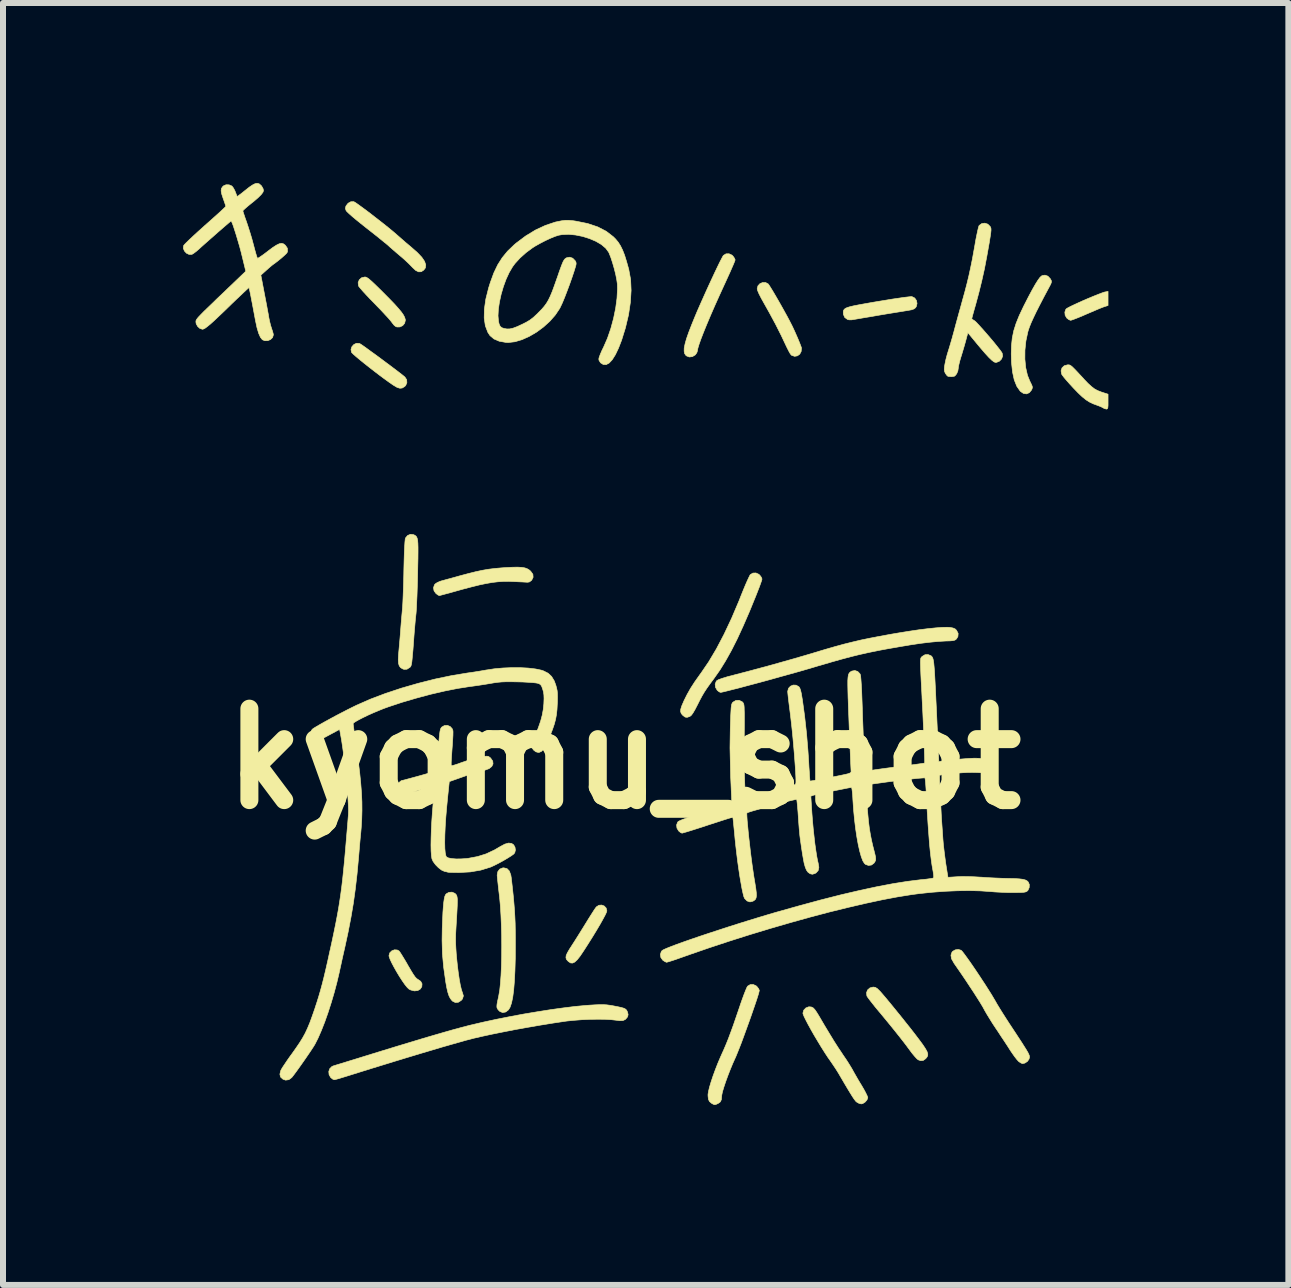
<source format=kicad_pcb>
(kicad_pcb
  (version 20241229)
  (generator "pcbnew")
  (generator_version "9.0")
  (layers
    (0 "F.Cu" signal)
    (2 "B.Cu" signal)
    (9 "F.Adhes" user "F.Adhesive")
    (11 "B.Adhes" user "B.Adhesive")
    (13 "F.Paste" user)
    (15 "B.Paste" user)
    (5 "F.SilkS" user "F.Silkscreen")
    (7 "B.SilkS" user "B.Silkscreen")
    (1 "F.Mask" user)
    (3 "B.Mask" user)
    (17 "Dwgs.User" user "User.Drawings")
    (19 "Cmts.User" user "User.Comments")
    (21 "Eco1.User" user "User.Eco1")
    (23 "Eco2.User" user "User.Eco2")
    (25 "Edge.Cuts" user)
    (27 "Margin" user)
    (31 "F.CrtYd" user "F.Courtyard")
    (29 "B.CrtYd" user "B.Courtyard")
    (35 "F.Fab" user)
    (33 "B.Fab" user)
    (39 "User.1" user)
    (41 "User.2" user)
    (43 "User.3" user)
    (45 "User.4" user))
  (footprint "kyomu_shot"
    (layer "F.Cu")
    (at 7.347 9.594)
    (property "Reference" "kyomu_shot" (at 0 0 0) (layer "F.SilkS") (effects (font (size 1.524 1.524) (thickness 0.3))))
    (attr through_hole)
    (fp_poly (pts (xy 8.068 -7.553) (xy 8.008 -7.534) (xy 7.974 -7.522) (xy 7.919 -7.5) (xy 7.849 -7.47) (xy 7.769 -7.436) (xy 7.71 -7.411) (xy 7.631 -7.376) (xy 7.559 -7.347) (xy 7.5 -7.324) (xy 7.46 -7.31) (xy 7.444 -7.306) (xy 7.415 -7.317) (xy 7.383 -7.342) (xy 7.381 -7.343) (xy 7.353 -7.39) (xy 7.348 -7.442) (xy 7.364 -7.488) (xy 7.375 -7.5) (xy 7.398 -7.514) (xy 7.444 -7.538) (xy 7.507 -7.568) (xy 7.583 -7.603) (xy 7.665 -7.64) (xy 7.75 -7.676) (xy 7.832 -7.71) (xy 7.905 -7.739) (xy 7.965 -7.762) (xy 8.006 -7.776) (xy 8.015 -7.778) (xy 8.068 -7.788) (xy 8.068 -7.553)) (stroke (width 0.01) (type solid)) (fill yes) (layer "F.SilkS"))
    (fp_poly (pts (xy -3.777 3.187) (xy -3.749 3.202) (xy -3.734 3.22) (xy -3.708 3.26) (xy -3.673 3.317) (xy -3.632 3.385) (xy -3.601 3.44) (xy -3.55 3.527) (xy -3.511 3.591) (xy -3.48 3.635) (xy -3.455 3.662) (xy -3.435 3.676) (xy -3.433 3.677) (xy -3.386 3.709) (xy -3.364 3.751) (xy -3.368 3.799) (xy -3.392 3.837) (xy -3.435 3.863) (xy -3.491 3.869) (xy -3.551 3.854) (xy -3.581 3.839) (xy -3.61 3.812) (xy -3.649 3.764) (xy -3.693 3.701) (xy -3.741 3.627) (xy -3.788 3.549) (xy -3.832 3.471) (xy -3.87 3.399) (xy -3.898 3.338) (xy -3.913 3.294) (xy -3.915 3.281) (xy -3.902 3.235) (xy -3.869 3.202) (xy -3.824 3.184) (xy -3.777 3.187)) (stroke (width 0.01) (type solid)) (fill yes) (layer "F.SilkS"))
    (fp_poly (pts (xy -0.328 2.454) (xy -0.296 2.488) (xy -0.284 2.534) (xy -0.292 2.561) (xy -0.315 2.61) (xy -0.351 2.677) (xy -0.398 2.761) (xy -0.455 2.857) (xy -0.52 2.964) (xy -0.591 3.077) (xy -0.666 3.194) (xy -0.67 3.2) (xy -0.729 3.288) (xy -0.778 3.35) (xy -0.819 3.388) (xy -0.855 3.405) (xy -0.888 3.403) (xy -0.922 3.381) (xy -0.936 3.368) (xy -0.958 3.342) (xy -0.966 3.314) (xy -0.962 3.279) (xy -0.942 3.234) (xy -0.906 3.172) (xy -0.869 3.115) (xy -0.831 3.056) (xy -0.783 2.98) (xy -0.728 2.892) (xy -0.672 2.802) (xy -0.635 2.742) (xy -0.587 2.664) (xy -0.542 2.593) (xy -0.504 2.533) (xy -0.475 2.49) (xy -0.459 2.469) (xy -0.417 2.442) (xy -0.371 2.438) (xy -0.328 2.454)) (stroke (width 0.01) (type solid)) (fill yes) (layer "F.SilkS"))
    (fp_poly (pts (xy -4.41 -6.921) (xy -4.404 -6.919) (xy -4.385 -6.908) (xy -4.345 -6.881) (xy -4.289 -6.841) (xy -4.221 -6.791) (xy -4.143 -6.735) (xy -4.06 -6.674) (xy -3.976 -6.611) (xy -3.894 -6.55) (xy -3.817 -6.492) (xy -3.75 -6.441) (xy -3.696 -6.399) (xy -3.659 -6.369) (xy -3.649 -6.36) (xy -3.62 -6.316) (xy -3.617 -6.266) (xy -3.637 -6.219) (xy -3.655 -6.202) (xy -3.694 -6.178) (xy -3.733 -6.174) (xy -3.779 -6.188) (xy -3.838 -6.223) (xy -3.849 -6.23) (xy -3.914 -6.275) (xy -3.99 -6.33) (xy -4.072 -6.391) (xy -4.157 -6.456) (xy -4.242 -6.522) (xy -4.323 -6.586) (xy -4.396 -6.645) (xy -4.457 -6.696) (xy -4.504 -6.737) (xy -4.533 -6.765) (xy -4.539 -6.773) (xy -4.548 -6.82) (xy -4.533 -6.866) (xy -4.501 -6.902) (xy -4.458 -6.923) (xy -4.41 -6.921)) (stroke (width 0.01) (type solid)) (fill yes) (layer "F.SilkS"))
    (fp_poly (pts (xy -4.299 -8.026) (xy -4.279 -8.016) (xy -4.252 -7.998) (xy -4.216 -7.967) (xy -4.168 -7.923) (xy -4.105 -7.862) (xy -4.025 -7.783) (xy -4.01 -7.768) (xy -3.906 -7.663) (xy -3.821 -7.575) (xy -3.756 -7.502) (xy -3.707 -7.443) (xy -3.673 -7.394) (xy -3.653 -7.354) (xy -3.643 -7.319) (xy -3.642 -7.307) (xy -3.654 -7.257) (xy -3.686 -7.218) (xy -3.732 -7.196) (xy -3.782 -7.195) (xy -3.803 -7.203) (xy -3.829 -7.224) (xy -3.859 -7.261) (xy -3.87 -7.276) (xy -3.891 -7.303) (xy -3.93 -7.348) (xy -3.983 -7.405) (xy -4.046 -7.473) (xy -4.117 -7.546) (xy -4.157 -7.588) (xy -4.229 -7.661) (xy -4.293 -7.729) (xy -4.348 -7.789) (xy -4.39 -7.837) (xy -4.416 -7.869) (xy -4.422 -7.88) (xy -4.429 -7.934) (xy -4.41 -7.981) (xy -4.372 -8.015) (xy -4.319 -8.028) (xy -4.316 -8.028) (xy -4.299 -8.026)) (stroke (width 0.01) (type solid)) (fill yes) (layer "F.SilkS"))
    (fp_poly (pts (xy 2.361 -7.936) (xy 2.404 -7.913) (xy 2.419 -7.893) (xy 2.446 -7.85) (xy 2.483 -7.79) (xy 2.526 -7.717) (xy 2.574 -7.634) (xy 2.624 -7.546) (xy 2.673 -7.458) (xy 2.72 -7.373) (xy 2.761 -7.296) (xy 2.794 -7.231) (xy 2.798 -7.224) (xy 2.829 -7.159) (xy 2.861 -7.088) (xy 2.893 -7.015) (xy 2.921 -6.948) (xy 2.943 -6.892) (xy 2.957 -6.854) (xy 2.959 -6.843) (xy 2.954 -6.787) (xy 2.93 -6.742) (xy 2.891 -6.714) (xy 2.845 -6.706) (xy 2.797 -6.722) (xy 2.79 -6.727) (xy 2.773 -6.748) (xy 2.749 -6.79) (xy 2.721 -6.845) (xy 2.704 -6.88) (xy 2.622 -7.054) (xy 2.527 -7.242) (xy 2.424 -7.433) (xy 2.341 -7.581) (xy 2.29 -7.672) (xy 2.252 -7.746) (xy 2.229 -7.8) (xy 2.221 -7.832) (xy 2.234 -7.881) (xy 2.267 -7.917) (xy 2.312 -7.936) (xy 2.361 -7.936)) (stroke (width 0.01) (type solid)) (fill yes) (layer "F.SilkS"))
    (fp_poly (pts (xy 4.846 -7.678) (xy 4.875 -7.637) (xy 4.885 -7.587) (xy 4.873 -7.537) (xy 4.86 -7.516) (xy 4.834 -7.496) (xy 4.791 -7.481) (xy 4.729 -7.47) (xy 4.686 -7.463) (xy 4.619 -7.452) (xy 4.532 -7.438) (xy 4.432 -7.422) (xy 4.324 -7.404) (xy 4.229 -7.388) (xy 4.122 -7.369) (xy 4.023 -7.353) (xy 3.936 -7.338) (xy 3.867 -7.326) (xy 3.818 -7.318) (xy 3.795 -7.314) (xy 3.753 -7.314) (xy 3.727 -7.32) (xy 3.68 -7.354) (xy 3.658 -7.405) (xy 3.656 -7.427) (xy 3.656 -7.451) (xy 3.661 -7.472) (xy 3.672 -7.489) (xy 3.691 -7.505) (xy 3.722 -7.519) (xy 3.768 -7.533) (xy 3.831 -7.548) (xy 3.913 -7.564) (xy 4.018 -7.583) (xy 4.148 -7.606) (xy 4.237 -7.621) (xy 4.36 -7.641) (xy 4.475 -7.66) (xy 4.578 -7.675) (xy 4.666 -7.688) (xy 4.735 -7.696) (xy 4.781 -7.701) (xy 4.8 -7.701) (xy 4.846 -7.678)) (stroke (width 0.01) (type solid)) (fill yes) (layer "F.SilkS"))
    (fp_poly (pts (xy 7.415 -6.564) (xy 7.429 -6.561) (xy 7.446 -6.552) (xy 7.467 -6.536) (xy 7.495 -6.509) (xy 7.535 -6.468) (xy 7.588 -6.411) (xy 7.659 -6.335) (xy 7.665 -6.327) (xy 7.734 -6.255) (xy 7.792 -6.202) (xy 7.843 -6.163) (xy 7.895 -6.135) (xy 7.954 -6.112) (xy 7.963 -6.109) (xy 8.068 -6.075) (xy 8.068 -5.951) (xy 8.068 -5.89) (xy 8.065 -5.853) (xy 8.058 -5.834) (xy 8.047 -5.827) (xy 8.042 -5.827) (xy 8.008 -5.835) (xy 7.986 -5.847) (xy 7.952 -5.865) (xy 7.907 -5.883) (xy 7.896 -5.887) (xy 7.825 -5.913) (xy 7.761 -5.943) (xy 7.701 -5.981) (xy 7.639 -6.031) (xy 7.568 -6.098) (xy 7.491 -6.178) (xy 7.431 -6.243) (xy 7.378 -6.303) (xy 7.334 -6.355) (xy 7.305 -6.393) (xy 7.295 -6.409) (xy 7.285 -6.465) (xy 7.301 -6.514) (xy 7.338 -6.549) (xy 7.392 -6.564) (xy 7.399 -6.564) (xy 7.415 -6.564)) (stroke (width 0.01) (type solid)) (fill yes) (layer "F.SilkS"))
    (fp_poly (pts (xy 4.189 3.81) (xy 4.221 3.829) (xy 4.26 3.867) (xy 4.271 3.878) (xy 4.317 3.931) (xy 4.378 4.003) (xy 4.449 4.089) (xy 4.528 4.186) (xy 4.611 4.288) (xy 4.693 4.391) (xy 4.772 4.49) (xy 4.843 4.581) (xy 4.903 4.66) (xy 4.919 4.681) (xy 4.981 4.765) (xy 5.024 4.83) (xy 5.052 4.88) (xy 5.064 4.919) (xy 5.062 4.95) (xy 5.047 4.977) (xy 5.028 4.999) (xy 4.987 5.028) (xy 4.944 5.031) (xy 4.904 5.017) (xy 4.881 4.998) (xy 4.847 4.961) (xy 4.805 4.911) (xy 4.77 4.864) (xy 4.692 4.759) (xy 4.605 4.647) (xy 4.507 4.524) (xy 4.395 4.386) (xy 4.267 4.231) (xy 4.254 4.216) (xy 4.194 4.144) (xy 4.141 4.077) (xy 4.097 4.021) (xy 4.065 3.978) (xy 4.049 3.953) (xy 4.049 3.951) (xy 4.043 3.899) (xy 4.061 3.853) (xy 4.1 3.819) (xy 4.153 3.805) (xy 4.157 3.805) (xy 4.189 3.81)) (stroke (width 0.01) (type solid)) (fill yes) (layer "F.SilkS"))
    (fp_poly (pts (xy 1.8 -8.393) (xy 1.818 -8.376) (xy 1.841 -8.343) (xy 1.853 -8.315) (xy 1.853 -8.312) (xy 1.847 -8.293) (xy 1.83 -8.25) (xy 1.803 -8.188) (xy 1.769 -8.11) (xy 1.728 -8.02) (xy 1.683 -7.921) (xy 1.679 -7.913) (xy 1.593 -7.725) (xy 1.514 -7.549) (xy 1.443 -7.386) (xy 1.381 -7.239) (xy 1.328 -7.109) (xy 1.285 -6.998) (xy 1.253 -6.908) (xy 1.233 -6.842) (xy 1.225 -6.8) (xy 1.225 -6.797) (xy 1.215 -6.766) (xy 1.191 -6.732) (xy 1.189 -6.73) (xy 1.141 -6.701) (xy 1.089 -6.695) (xy 1.042 -6.714) (xy 1.031 -6.724) (xy 1.012 -6.752) (xy 1.004 -6.791) (xy 1.005 -6.844) (xy 1.019 -6.913) (xy 1.043 -6.999) (xy 1.08 -7.105) (xy 1.13 -7.234) (xy 1.181 -7.359) (xy 1.22 -7.452) (xy 1.265 -7.555) (xy 1.314 -7.665) (xy 1.365 -7.779) (xy 1.417 -7.893) (xy 1.468 -8.003) (xy 1.516 -8.106) (xy 1.56 -8.198) (xy 1.598 -8.276) (xy 1.629 -8.336) (xy 1.65 -8.375) (xy 1.659 -8.388) (xy 1.702 -8.414) (xy 1.752 -8.415) (xy 1.8 -8.393)) (stroke (width 0.01) (type solid)) (fill yes) (layer "F.SilkS"))
    (fp_poly (pts (xy -2.817 2.243) (xy -2.807 2.252) (xy -2.795 2.265) (xy -2.786 2.281) (xy -2.78 2.304) (xy -2.776 2.337) (xy -2.776 2.382) (xy -2.777 2.445) (xy -2.781 2.528) (xy -2.787 2.635) (xy -2.792 2.719) (xy -2.799 2.835) (xy -2.804 2.928) (xy -2.805 3.008) (xy -2.804 3.083) (xy -2.8 3.16) (xy -2.794 3.249) (xy -2.788 3.317) (xy -2.775 3.444) (xy -2.76 3.564) (xy -2.744 3.673) (xy -2.727 3.767) (xy -2.71 3.84) (xy -2.694 3.89) (xy -2.69 3.899) (xy -2.675 3.952) (xy -2.69 4.002) (xy -2.711 4.027) (xy -2.759 4.058) (xy -2.81 4.062) (xy -2.856 4.039) (xy -2.865 4.03) (xy -2.892 3.996) (xy -2.914 3.953) (xy -2.933 3.896) (xy -2.951 3.82) (xy -2.969 3.72) (xy -2.971 3.705) (xy -3.004 3.472) (xy -3.024 3.251) (xy -3.03 3.028) (xy -3.027 2.824) (xy -3.021 2.678) (xy -3.016 2.559) (xy -3.009 2.465) (xy -3.002 2.391) (xy -2.994 2.336) (xy -2.985 2.296) (xy -2.974 2.269) (xy -2.961 2.252) (xy -2.917 2.227) (xy -2.865 2.223) (xy -2.817 2.243)) (stroke (width 0.01) (type solid)) (fill yes) (layer "F.SilkS"))
    (fp_poly (pts (xy -1.703 -3.189) (xy -1.649 -3.18) (xy -1.607 -3.164) (xy -1.572 -3.142) (xy -1.552 -3.123) (xy -1.517 -3.074) (xy -1.513 -3.024) (xy -1.537 -2.975) (xy -1.575 -2.946) (xy -1.608 -2.941) (xy -1.64 -2.943) (xy -1.694 -2.946) (xy -1.762 -2.949) (xy -1.819 -2.952) (xy -1.916 -2.956) (xy -2.007 -2.955) (xy -2.098 -2.949) (xy -2.193 -2.938) (xy -2.296 -2.92) (xy -2.411 -2.896) (xy -2.543 -2.863) (xy -2.695 -2.823) (xy -2.82 -2.788) (xy -2.901 -2.765) (xy -2.973 -2.746) (xy -3.029 -2.731) (xy -3.066 -2.721) (xy -3.077 -2.719) (xy -3.097 -2.728) (xy -3.127 -2.75) (xy -3.132 -2.754) (xy -3.164 -2.798) (xy -3.173 -2.849) (xy -3.157 -2.898) (xy -3.143 -2.914) (xy -3.112 -2.935) (xy -3.065 -2.956) (xy -3.04 -2.964) (xy -2.999 -2.975) (xy -2.937 -2.992) (xy -2.86 -3.013) (xy -2.777 -3.036) (xy -2.742 -3.046) (xy -2.596 -3.085) (xy -2.472 -3.116) (xy -2.361 -3.14) (xy -2.256 -3.158) (xy -2.15 -3.171) (xy -2.036 -3.181) (xy -1.98 -3.185) (xy -1.864 -3.191) (xy -1.773 -3.193) (xy -1.703 -3.189)) (stroke (width 0.01) (type solid)) (fill yes) (layer "F.SilkS"))
    (fp_poly (pts (xy 7.065 -8.042) (xy 7.105 -8) (xy 7.111 -7.99) (xy 7.123 -7.966) (xy 7.125 -7.945) (xy 7.116 -7.917) (xy 7.095 -7.875) (xy 7.084 -7.855) (xy 7 -7.698) (xy 6.93 -7.563) (xy 6.872 -7.449) (xy 6.826 -7.353) (xy 6.789 -7.272) (xy 6.761 -7.203) (xy 6.74 -7.143) (xy 6.731 -7.112) (xy 6.699 -6.962) (xy 6.683 -6.809) (xy 6.682 -6.659) (xy 6.696 -6.517) (xy 6.725 -6.39) (xy 6.763 -6.296) (xy 6.789 -6.243) (xy 6.804 -6.208) (xy 6.807 -6.184) (xy 6.801 -6.163) (xy 6.793 -6.145) (xy 6.756 -6.1) (xy 6.709 -6.08) (xy 6.658 -6.088) (xy 6.608 -6.122) (xy 6.604 -6.126) (xy 6.548 -6.206) (xy 6.505 -6.313) (xy 6.476 -6.446) (xy 6.459 -6.605) (xy 6.455 -6.748) (xy 6.459 -6.886) (xy 6.472 -7.012) (xy 6.497 -7.133) (xy 6.536 -7.256) (xy 6.589 -7.387) (xy 6.659 -7.535) (xy 6.664 -7.545) (xy 6.739 -7.692) (xy 6.803 -7.812) (xy 6.857 -7.907) (xy 6.901 -7.977) (xy 6.936 -8.024) (xy 6.964 -8.048) (xy 6.967 -8.05) (xy 7.017 -8.059) (xy 7.065 -8.042)) (stroke (width 0.01) (type solid)) (fill yes) (layer "F.SilkS"))
    (fp_poly (pts (xy -1.948 1.831) (xy -1.91 1.87) (xy -1.885 1.936) (xy -1.877 1.984) (xy -1.858 2.15) (xy -1.843 2.292) (xy -1.832 2.416) (xy -1.823 2.529) (xy -1.817 2.636) (xy -1.812 2.743) (xy -1.81 2.857) (xy -1.809 2.983) (xy -1.809 3.1) (xy -1.81 3.332) (xy -1.816 3.534) (xy -1.825 3.709) (xy -1.837 3.856) (xy -1.853 3.977) (xy -1.873 4.071) (xy -1.897 4.141) (xy -1.923 4.184) (xy -1.969 4.22) (xy -2.019 4.23) (xy -2.066 4.212) (xy -2.092 4.187) (xy -2.106 4.168) (xy -2.115 4.149) (xy -2.117 4.124) (xy -2.114 4.089) (xy -2.104 4.036) (xy -2.087 3.96) (xy -2.086 3.952) (xy -2.07 3.863) (xy -2.058 3.748) (xy -2.048 3.612) (xy -2.041 3.46) (xy -2.037 3.296) (xy -2.036 3.124) (xy -2.037 2.949) (xy -2.042 2.775) (xy -2.049 2.607) (xy -2.059 2.448) (xy -2.072 2.305) (xy -2.077 2.264) (xy -2.088 2.173) (xy -2.097 2.089) (xy -2.105 2.017) (xy -2.11 1.964) (xy -2.112 1.939) (xy -2.101 1.881) (xy -2.069 1.839) (xy -2.019 1.819) (xy -2.001 1.818) (xy -1.948 1.831)) (stroke (width 0.01) (type solid)) (fill yes) (layer "F.SilkS"))
    (fp_poly (pts (xy -4.495 -9.28) (xy -4.471 -9.266) (xy -4.428 -9.236) (xy -4.369 -9.193) (xy -4.298 -9.141) (xy -4.219 -9.081) (xy -4.136 -9.016) (xy -4.052 -8.951) (xy -3.971 -8.887) (xy -3.897 -8.827) (xy -3.834 -8.775) (xy -3.786 -8.733) (xy -3.78 -8.728) (xy -3.716 -8.672) (xy -3.642 -8.607) (xy -3.569 -8.546) (xy -3.543 -8.524) (xy -3.442 -8.435) (xy -3.368 -8.357) (xy -3.322 -8.289) (xy -3.302 -8.23) (xy -3.308 -8.18) (xy -3.335 -8.144) (xy -3.377 -8.116) (xy -3.421 -8.114) (xy -3.469 -8.137) (xy -3.524 -8.188) (xy -3.532 -8.197) (xy -3.579 -8.245) (xy -3.639 -8.302) (xy -3.702 -8.358) (xy -3.726 -8.378) (xy -3.785 -8.428) (xy -3.845 -8.48) (xy -3.896 -8.524) (xy -3.913 -8.54) (xy -3.943 -8.567) (xy -3.994 -8.608) (xy -4.06 -8.662) (xy -4.137 -8.724) (xy -4.222 -8.791) (xy -4.296 -8.849) (xy -4.38 -8.916) (xy -4.458 -8.979) (xy -4.525 -9.035) (xy -4.578 -9.082) (xy -4.614 -9.116) (xy -4.629 -9.134) (xy -4.641 -9.17) (xy -4.634 -9.204) (xy -4.629 -9.215) (xy -4.596 -9.257) (xy -4.551 -9.282) (xy -4.503 -9.283) (xy -4.495 -9.28)) (stroke (width 0.01) (type solid)) (fill yes) (layer "F.SilkS"))
    (fp_poly (pts (xy 2.248 -3.074) (xy 2.266 -3.057) (xy 2.29 -3.024) (xy 2.301 -2.996) (xy 2.301 -2.994) (xy 2.296 -2.973) (xy 2.281 -2.929) (xy 2.259 -2.868) (xy 2.23 -2.794) (xy 2.204 -2.727) (xy 2.094 -2.457) (xy 1.989 -2.215) (xy 1.889 -1.998) (xy 1.791 -1.804) (xy 1.695 -1.632) (xy 1.601 -1.48) (xy 1.507 -1.346) (xy 1.5 -1.336) (xy 1.435 -1.249) (xy 1.384 -1.177) (xy 1.341 -1.112) (xy 1.302 -1.046) (xy 1.262 -0.971) (xy 1.227 -0.901) (xy 1.185 -0.82) (xy 1.151 -0.762) (xy 1.125 -0.726) (xy 1.102 -0.707) (xy 1.099 -0.705) (xy 1.054 -0.69) (xy 1.021 -0.694) (xy 0.985 -0.72) (xy 0.981 -0.724) (xy 0.956 -0.753) (xy 0.945 -0.785) (xy 0.947 -0.825) (xy 0.964 -0.88) (xy 0.996 -0.954) (xy 1.001 -0.966) (xy 1.053 -1.07) (xy 1.111 -1.173) (xy 1.18 -1.28) (xy 1.264 -1.399) (xy 1.286 -1.429) (xy 1.413 -1.615) (xy 1.541 -1.83) (xy 1.668 -2.072) (xy 1.795 -2.341) (xy 1.92 -2.635) (xy 1.95 -2.712) (xy 1.988 -2.806) (xy 2.024 -2.893) (xy 2.056 -2.966) (xy 2.083 -3.024) (xy 2.101 -3.06) (xy 2.108 -3.069) (xy 2.15 -3.094) (xy 2.2 -3.096) (xy 2.248 -3.074)) (stroke (width 0.01) (type solid)) (fill yes) (layer "F.SilkS"))
    (fp_poly (pts (xy 3.124 4.137) (xy 3.152 4.15) (xy 3.18 4.178) (xy 3.212 4.224) (xy 3.246 4.279) (xy 3.342 4.443) (xy 3.427 4.584) (xy 3.502 4.707) (xy 3.571 4.815) (xy 3.636 4.912) (xy 3.653 4.938) (xy 3.701 5.008) (xy 3.745 5.076) (xy 3.781 5.135) (xy 3.806 5.177) (xy 3.81 5.185) (xy 3.831 5.223) (xy 3.863 5.279) (xy 3.902 5.347) (xy 3.945 5.419) (xy 3.954 5.433) (xy 3.994 5.501) (xy 4.027 5.562) (xy 4.051 5.611) (xy 4.063 5.642) (xy 4.064 5.647) (xy 4.051 5.685) (xy 4.02 5.721) (xy 3.981 5.746) (xy 3.955 5.752) (xy 3.918 5.743) (xy 3.879 5.721) (xy 3.866 5.71) (xy 3.851 5.691) (xy 3.831 5.664) (xy 3.806 5.626) (xy 3.773 5.573) (xy 3.731 5.504) (xy 3.678 5.415) (xy 3.613 5.304) (xy 3.574 5.237) (xy 3.537 5.178) (xy 3.492 5.11) (xy 3.451 5.05) (xy 3.401 4.979) (xy 3.346 4.895) (xy 3.288 4.803) (xy 3.23 4.707) (xy 3.172 4.61) (xy 3.119 4.517) (xy 3.071 4.43) (xy 3.032 4.355) (xy 3.002 4.294) (xy 2.986 4.253) (xy 2.983 4.239) (xy 2.997 4.19) (xy 3.032 4.153) (xy 3.08 4.134) (xy 3.091 4.134) (xy 3.124 4.137)) (stroke (width 0.01) (type solid)) (fill yes) (layer "F.SilkS"))
    (fp_poly (pts (xy 2.203 3.784) (xy 2.221 3.801) (xy 2.245 3.833) (xy 2.256 3.859) (xy 2.256 3.862) (xy 2.251 3.887) (xy 2.237 3.937) (xy 2.215 4.007) (xy 2.186 4.093) (xy 2.152 4.192) (xy 2.115 4.299) (xy 2.075 4.411) (xy 2.034 4.524) (xy 1.994 4.634) (xy 1.956 4.737) (xy 1.92 4.829) (xy 1.889 4.906) (xy 1.865 4.965) (xy 1.858 4.98) (xy 1.814 5.078) (xy 1.771 5.182) (xy 1.731 5.285) (xy 1.695 5.384) (xy 1.665 5.474) (xy 1.643 5.548) (xy 1.631 5.604) (xy 1.629 5.626) (xy 1.624 5.681) (xy 1.606 5.718) (xy 1.571 5.744) (xy 1.568 5.745) (xy 1.531 5.762) (xy 1.505 5.764) (xy 1.475 5.75) (xy 1.46 5.741) (xy 1.426 5.712) (xy 1.408 5.674) (xy 1.402 5.619) (xy 1.402 5.591) (xy 1.41 5.542) (xy 1.427 5.471) (xy 1.453 5.384) (xy 1.486 5.285) (xy 1.524 5.181) (xy 1.565 5.076) (xy 1.608 4.975) (xy 1.628 4.93) (xy 1.666 4.846) (xy 1.703 4.759) (xy 1.741 4.665) (xy 1.78 4.56) (xy 1.824 4.44) (xy 1.872 4.3) (xy 1.928 4.137) (xy 1.942 4.094) (xy 1.973 4.006) (xy 2.002 3.927) (xy 2.028 3.861) (xy 2.048 3.814) (xy 2.062 3.789) (xy 2.063 3.789) (xy 2.105 3.764) (xy 2.155 3.762) (xy 2.203 3.784)) (stroke (width 0.01) (type solid)) (fill yes) (layer "F.SilkS"))
    (fp_poly (pts (xy -3.508 -3.735) (xy -3.5 -3.732) (xy -3.481 -3.722) (xy -3.466 -3.711) (xy -3.453 -3.694) (xy -3.444 -3.67) (xy -3.437 -3.636) (xy -3.433 -3.588) (xy -3.431 -3.524) (xy -3.431 -3.441) (xy -3.432 -3.336) (xy -3.435 -3.207) (xy -3.437 -3.093) (xy -3.44 -2.962) (xy -3.444 -2.835) (xy -3.448 -2.716) (xy -3.453 -2.611) (xy -3.457 -2.523) (xy -3.461 -2.456) (xy -3.464 -2.42) (xy -3.471 -2.358) (xy -3.479 -2.276) (xy -3.487 -2.183) (xy -3.495 -2.088) (xy -3.497 -2.062) (xy -3.507 -1.925) (xy -3.515 -1.815) (xy -3.523 -1.729) (xy -3.529 -1.663) (xy -3.534 -1.615) (xy -3.54 -1.58) (xy -3.545 -1.557) (xy -3.551 -1.542) (xy -3.558 -1.531) (xy -3.565 -1.524) (xy -3.615 -1.492) (xy -3.666 -1.49) (xy -3.69 -1.499) (xy -3.723 -1.52) (xy -3.744 -1.549) (xy -3.756 -1.59) (xy -3.76 -1.648) (xy -3.756 -1.729) (xy -3.752 -1.776) (xy -3.744 -1.863) (xy -3.735 -1.966) (xy -3.726 -2.072) (xy -3.72 -2.152) (xy -3.713 -2.243) (xy -3.705 -2.339) (xy -3.697 -2.429) (xy -3.691 -2.495) (xy -3.687 -2.545) (xy -3.683 -2.62) (xy -3.679 -2.715) (xy -3.675 -2.826) (xy -3.671 -2.947) (xy -3.668 -3.073) (xy -3.667 -3.141) (xy -3.663 -3.299) (xy -3.659 -3.431) (xy -3.654 -3.536) (xy -3.649 -3.613) (xy -3.644 -3.661) (xy -3.639 -3.679) (xy -3.605 -3.72) (xy -3.558 -3.74) (xy -3.508 -3.735)) (stroke (width 0.01) (type solid)) (fill yes) (layer "F.SilkS"))
    (fp_poly (pts (xy 5.617 3.191) (xy 5.625 3.197) (xy 5.646 3.22) (xy 5.68 3.265) (xy 5.725 3.327) (xy 5.779 3.403) (xy 5.838 3.489) (xy 5.9 3.581) (xy 5.962 3.675) (xy 6.023 3.768) (xy 6.079 3.856) (xy 6.128 3.934) (xy 6.167 4) (xy 6.186 4.032) (xy 6.216 4.085) (xy 6.259 4.156) (xy 6.31 4.238) (xy 6.366 4.326) (xy 6.417 4.405) (xy 6.503 4.535) (xy 6.573 4.642) (xy 6.63 4.729) (xy 6.674 4.799) (xy 6.708 4.853) (xy 6.732 4.894) (xy 6.747 4.925) (xy 6.756 4.948) (xy 6.759 4.966) (xy 6.758 4.98) (xy 6.754 4.994) (xy 6.75 5.007) (xy 6.724 5.044) (xy 6.681 5.072) (xy 6.642 5.08) (xy 6.618 5.071) (xy 6.584 5.049) (xy 6.577 5.043) (xy 6.551 5.015) (xy 6.514 4.968) (xy 6.473 4.91) (xy 6.439 4.86) (xy 6.398 4.795) (xy 6.345 4.714) (xy 6.286 4.626) (xy 6.228 4.537) (xy 6.2 4.496) (xy 6.147 4.416) (xy 6.096 4.334) (xy 6.05 4.259) (xy 6.014 4.197) (xy 5.999 4.169) (xy 5.976 4.127) (xy 5.938 4.064) (xy 5.888 3.985) (xy 5.83 3.894) (xy 5.765 3.796) (xy 5.698 3.694) (xy 5.629 3.592) (xy 5.562 3.495) (xy 5.501 3.407) (xy 5.499 3.403) (xy 5.46 3.334) (xy 5.45 3.274) (xy 5.467 3.224) (xy 5.48 3.209) (xy 5.522 3.185) (xy 5.572 3.178) (xy 5.617 3.191)) (stroke (width 0.01) (type solid)) (fill yes) (layer "F.SilkS"))
    (fp_poly (pts (xy 5.427 -2.189) (xy 5.483 -2.179) (xy 5.519 -2.164) (xy 5.543 -2.141) (xy 5.57 -2.088) (xy 5.566 -2.037) (xy 5.545 -2.001) (xy 5.53 -1.985) (xy 5.51 -1.975) (xy 5.48 -1.968) (xy 5.433 -1.964) (xy 5.362 -1.962) (xy 5.24 -1.955) (xy 5.102 -1.942) (xy 4.944 -1.923) (xy 4.764 -1.896) (xy 4.587 -1.866) (xy 4.398 -1.833) (xy 4.231 -1.802) (xy 4.077 -1.77) (xy 3.929 -1.737) (xy 3.783 -1.701) (xy 3.629 -1.66) (xy 3.462 -1.613) (xy 3.275 -1.558) (xy 3.242 -1.549) (xy 3.132 -1.516) (xy 3.009 -1.48) (xy 2.876 -1.442) (xy 2.736 -1.403) (xy 2.591 -1.363) (xy 2.446 -1.322) (xy 2.303 -1.283) (xy 2.165 -1.246) (xy 2.036 -1.212) (xy 1.918 -1.18) (xy 1.814 -1.154) (xy 1.728 -1.132) (xy 1.663 -1.116) (xy 1.621 -1.107) (xy 1.608 -1.106) (xy 1.586 -1.116) (xy 1.556 -1.14) (xy 1.554 -1.143) (xy 1.526 -1.191) (xy 1.521 -1.243) (xy 1.539 -1.29) (xy 1.548 -1.301) (xy 1.577 -1.318) (xy 1.636 -1.339) (xy 1.723 -1.366) (xy 1.839 -1.396) (xy 1.845 -1.398) (xy 2.019 -1.443) (xy 2.21 -1.494) (xy 2.411 -1.548) (xy 2.614 -1.605) (xy 2.812 -1.661) (xy 2.995 -1.714) (xy 3.158 -1.762) (xy 3.16 -1.763) (xy 3.346 -1.819) (xy 3.512 -1.867) (xy 3.665 -1.909) (xy 3.81 -1.945) (xy 3.954 -1.979) (xy 4.104 -2.01) (xy 4.266 -2.041) (xy 4.446 -2.074) (xy 4.587 -2.098) (xy 4.761 -2.126) (xy 4.923 -2.15) (xy 5.069 -2.168) (xy 5.197 -2.181) (xy 5.303 -2.189) (xy 5.385 -2.191) (xy 5.427 -2.189)) (stroke (width 0.01) (type solid)) (fill yes) (layer "F.SilkS"))
    (fp_poly (pts (xy -0.342 4.098) (xy -0.288 4.101) (xy -0.235 4.108) (xy -0.191 4.115) (xy -0.103 4.132) (xy -0.04 4.146) (xy 0.003 4.159) (xy 0.03 4.174) (xy 0.047 4.193) (xy 0.058 4.217) (xy 0.06 4.222) (xy 0.07 4.263) (xy 0.063 4.294) (xy 0.053 4.312) (xy 0.023 4.345) (xy -0.016 4.363) (xy -0.07 4.365) (xy -0.134 4.357) (xy -0.215 4.348) (xy -0.318 4.342) (xy -0.438 4.341) (xy -0.568 4.343) (xy -0.701 4.349) (xy -0.831 4.359) (xy -0.951 4.371) (xy -0.986 4.376) (xy -1.18 4.405) (xy -1.384 4.438) (xy -1.592 4.474) (xy -1.799 4.511) (xy -1.999 4.55) (xy -2.188 4.588) (xy -2.359 4.625) (xy -2.507 4.659) (xy -2.54 4.668) (xy -2.63 4.691) (xy -2.746 4.724) (xy -2.884 4.763) (xy -3.041 4.808) (xy -3.215 4.86) (xy -3.401 4.915) (xy -3.599 4.975) (xy -3.803 5.037) (xy -4.011 5.101) (xy -4.22 5.165) (xy -4.428 5.23) (xy -4.565 5.273) (xy -4.646 5.298) (xy -4.718 5.32) (xy -4.776 5.337) (xy -4.814 5.347) (xy -4.827 5.349) (xy -4.853 5.339) (xy -4.884 5.314) (xy -4.886 5.312) (xy -4.913 5.265) (xy -4.918 5.213) (xy -4.902 5.165) (xy -4.867 5.13) (xy -4.843 5.119) (xy -4.823 5.113) (xy -4.779 5.099) (xy -4.712 5.079) (xy -4.628 5.053) (xy -4.528 5.022) (xy -4.417 4.988) (xy -4.311 4.955) (xy -4.029 4.868) (xy -3.774 4.79) (xy -3.545 4.721) (xy -3.34 4.659) (xy -3.156 4.605) (xy -2.994 4.558) (xy -2.85 4.517) (xy -2.725 4.483) (xy -2.615 4.454) (xy -2.547 4.437) (xy -2.342 4.389) (xy -2.124 4.342) (xy -1.897 4.297) (xy -1.667 4.254) (xy -1.439 4.216) (xy -1.218 4.181) (xy -1.008 4.152) (xy -0.815 4.128) (xy -0.644 4.112) (xy -0.579 4.107) (xy -0.48 4.101) (xy -0.404 4.098) (xy -0.342 4.098)) (stroke (width 0.01) (type solid)) (fill yes) (layer "F.SilkS"))
    (fp_poly (pts (xy 6.064 -8.909) (xy 6.103 -8.87) (xy 6.112 -8.854) (xy 6.117 -8.835) (xy 6.118 -8.809) (xy 6.114 -8.769) (xy 6.106 -8.711) (xy 6.093 -8.63) (xy 6.089 -8.604) (xy 6.048 -8.373) (xy 6.008 -8.163) (xy 5.964 -7.966) (xy 5.916 -7.771) (xy 5.862 -7.57) (xy 5.842 -7.501) (xy 5.824 -7.436) (xy 5.809 -7.382) (xy 5.8 -7.346) (xy 5.797 -7.333) (xy 5.809 -7.32) (xy 5.837 -7.303) (xy 5.858 -7.287) (xy 5.893 -7.251) (xy 5.94 -7.2) (xy 5.995 -7.139) (xy 6.055 -7.07) (xy 6.115 -7) (xy 6.173 -6.931) (xy 6.224 -6.867) (xy 6.266 -6.814) (xy 6.294 -6.775) (xy 6.304 -6.758) (xy 6.311 -6.71) (xy 6.294 -6.663) (xy 6.259 -6.626) (xy 6.212 -6.606) (xy 6.193 -6.604) (xy 6.168 -6.613) (xy 6.131 -6.641) (xy 6.081 -6.689) (xy 6.018 -6.758) (xy 5.939 -6.85) (xy 5.897 -6.9) (xy 5.732 -7.1) (xy 5.697 -6.968) (xy 5.675 -6.889) (xy 5.648 -6.798) (xy 5.623 -6.714) (xy 5.617 -6.697) (xy 5.598 -6.632) (xy 5.583 -6.572) (xy 5.574 -6.528) (xy 5.573 -6.513) (xy 5.565 -6.463) (xy 5.545 -6.415) (xy 5.518 -6.382) (xy 5.505 -6.374) (xy 5.46 -6.367) (xy 5.41 -6.371) (xy 5.397 -6.375) (xy 5.378 -6.393) (xy 5.356 -6.425) (xy 5.355 -6.427) (xy 5.343 -6.456) (xy 5.339 -6.487) (xy 5.342 -6.531) (xy 5.35 -6.578) (xy 5.365 -6.651) (xy 5.386 -6.731) (xy 5.404 -6.79) (xy 5.421 -6.844) (xy 5.443 -6.918) (xy 5.468 -7.003) (xy 5.492 -7.091) (xy 5.498 -7.112) (xy 5.521 -7.199) (xy 5.55 -7.306) (xy 5.582 -7.422) (xy 5.614 -7.537) (xy 5.637 -7.621) (xy 5.681 -7.779) (xy 5.718 -7.921) (xy 5.75 -8.054) (xy 5.779 -8.188) (xy 5.808 -8.331) (xy 5.837 -8.492) (xy 5.849 -8.559) (xy 5.865 -8.652) (xy 5.882 -8.736) (xy 5.897 -8.806) (xy 5.909 -8.856) (xy 5.918 -8.883) (xy 5.92 -8.886) (xy 5.963 -8.918) (xy 6.014 -8.925) (xy 6.064 -8.909)) (stroke (width 0.01) (type solid)) (fill yes) (layer "F.SilkS"))
    (fp_poly (pts (xy -2.895 -0.537) (xy -2.861 -0.5) (xy -2.849 -0.467) (xy -2.848 -0.44) (xy -2.849 -0.389) (xy -2.853 -0.319) (xy -2.858 -0.237) (xy -2.864 -0.16) (xy -2.87 -0.074) (xy -2.875 0.002) (xy -2.878 0.062) (xy -2.878 0.102) (xy -2.877 0.116) (xy -2.861 0.115) (xy -2.822 0.104) (xy -2.769 0.087) (xy -2.723 0.07) (xy -2.575 0.019) (xy -2.448 -0.016) (xy -2.338 -0.038) (xy -2.33 -0.039) (xy -2.283 -0.043) (xy -2.254 -0.037) (xy -2.227 -0.017) (xy -2.22 -0.01) (xy -2.186 0.039) (xy -2.181 0.086) (xy -2.202 0.129) (xy -2.247 0.165) (xy -2.315 0.19) (xy -2.339 0.195) (xy -2.384 0.205) (xy -2.449 0.224) (xy -2.529 0.249) (xy -2.615 0.277) (xy -2.669 0.296) (xy -2.91 0.381) (xy -2.935 0.62) (xy -2.953 0.805) (xy -2.968 0.978) (xy -2.978 1.135) (xy -2.984 1.275) (xy -2.986 1.396) (xy -2.984 1.495) (xy -2.977 1.57) (xy -2.966 1.619) (xy -2.956 1.637) (xy -2.924 1.653) (xy -2.868 1.664) (xy -2.795 1.67) (xy -2.711 1.669) (xy -2.622 1.663) (xy -2.592 1.659) (xy -2.438 1.63) (xy -2.295 1.585) (xy -2.155 1.519) (xy -2.063 1.465) (xy -1.985 1.423) (xy -1.921 1.405) (xy -1.87 1.412) (xy -1.838 1.434) (xy -1.815 1.474) (xy -1.808 1.522) (xy -1.819 1.566) (xy -1.834 1.586) (xy -1.876 1.617) (xy -1.938 1.656) (xy -2.011 1.699) (xy -2.088 1.741) (xy -2.161 1.778) (xy -2.223 1.806) (xy -2.23 1.808) (xy -2.386 1.856) (xy -2.56 1.886) (xy -2.744 1.896) (xy -2.762 1.896) (xy -2.829 1.895) (xy -2.885 1.894) (xy -2.923 1.892) (xy -2.936 1.89) (xy -2.961 1.883) (xy -2.993 1.876) (xy -3.039 1.855) (xy -3.091 1.815) (xy -3.14 1.765) (xy -3.179 1.712) (xy -3.199 1.668) (xy -3.207 1.616) (xy -3.213 1.538) (xy -3.215 1.438) (xy -3.213 1.321) (xy -3.209 1.19) (xy -3.202 1.05) (xy -3.192 0.904) (xy -3.18 0.757) (xy -3.166 0.625) (xy -3.159 0.561) (xy -3.155 0.509) (xy -3.154 0.475) (xy -3.155 0.466) (xy -3.17 0.465) (xy -3.209 0.472) (xy -3.268 0.486) (xy -3.341 0.505) (xy -3.414 0.525) (xy -3.498 0.549) (xy -3.573 0.569) (xy -3.634 0.585) (xy -3.675 0.595) (xy -3.692 0.598) (xy -3.725 0.585) (xy -3.756 0.552) (xy -3.779 0.51) (xy -3.785 0.476) (xy -3.774 0.434) (xy -3.746 0.395) (xy -3.711 0.366) (xy -3.683 0.359) (xy -3.665 0.355) (xy -3.624 0.344) (xy -3.565 0.328) (xy -3.495 0.309) (xy -3.418 0.288) (xy -3.34 0.266) (xy -3.267 0.245) (xy -3.204 0.227) (xy -3.156 0.212) (xy -3.13 0.204) (xy -3.127 0.202) (xy -3.124 0.187) (xy -3.12 0.147) (xy -3.115 0.085) (xy -3.108 0.005) (xy -3.1 -0.087) (xy -3.095 -0.148) (xy -3.086 -0.26) (xy -3.078 -0.346) (xy -3.071 -0.41) (xy -3.065 -0.456) (xy -3.058 -0.487) (xy -3.05 -0.508) (xy -3.04 -0.522) (xy -3.036 -0.527) (xy -2.991 -0.553) (xy -2.941 -0.556) (xy -2.895 -0.537)) (stroke (width 0.01) (type solid)) (fill yes) (layer "F.SilkS"))
    (fp_poly (pts (xy -0.841 -8.965) (xy -0.796 -8.958) (xy -0.604 -8.919) (xy -0.437 -8.863) (xy -0.295 -8.79) (xy -0.177 -8.699) (xy -0.139 -8.661) (xy -0.095 -8.608) (xy -0.057 -8.548) (xy -0.022 -8.477) (xy 0.012 -8.39) (xy 0.045 -8.283) (xy 0.082 -8.151) (xy 0.082 -8.148) (xy 0.112 -7.985) (xy 0.12 -7.804) (xy 0.108 -7.607) (xy 0.077 -7.398) (xy 0.025 -7.179) (xy -0.038 -6.976) (xy -0.09 -6.842) (xy -0.142 -6.733) (xy -0.194 -6.65) (xy -0.245 -6.595) (xy -0.295 -6.568) (xy -0.343 -6.57) (xy -0.344 -6.57) (xy -0.389 -6.598) (xy -0.415 -6.64) (xy -0.418 -6.662) (xy -0.412 -6.69) (xy -0.394 -6.738) (xy -0.368 -6.799) (xy -0.336 -6.865) (xy -0.273 -7.009) (xy -0.218 -7.169) (xy -0.172 -7.339) (xy -0.137 -7.51) (xy -0.115 -7.675) (xy -0.107 -7.828) (xy -0.109 -7.911) (xy -0.119 -7.981) (xy -0.136 -8.068) (xy -0.16 -8.165) (xy -0.188 -8.262) (xy -0.217 -8.351) (xy -0.245 -8.422) (xy -0.255 -8.443) (xy -0.303 -8.508) (xy -0.375 -8.569) (xy -0.467 -8.623) (xy -0.573 -8.668) (xy -0.687 -8.704) (xy -0.806 -8.728) (xy -0.922 -8.739) (xy -1.031 -8.734) (xy -1.088 -8.724) (xy -1.147 -8.705) (xy -1.223 -8.674) (xy -1.309 -8.634) (xy -1.396 -8.589) (xy -1.478 -8.543) (xy -1.522 -8.515) (xy -1.629 -8.436) (xy -1.73 -8.346) (xy -1.815 -8.253) (xy -1.855 -8.199) (xy -1.912 -8.102) (xy -1.964 -7.989) (xy -2.009 -7.866) (xy -2.046 -7.739) (xy -2.074 -7.612) (xy -2.092 -7.491) (xy -2.098 -7.382) (xy -2.09 -7.289) (xy -2.079 -7.243) (xy -2.061 -7.205) (xy -2.034 -7.183) (xy -1.999 -7.171) (xy -1.95 -7.162) (xy -1.901 -7.163) (xy -1.845 -7.176) (xy -1.776 -7.202) (xy -1.688 -7.243) (xy -1.618 -7.279) (xy -1.562 -7.313) (xy -1.509 -7.354) (xy -1.451 -7.408) (xy -1.419 -7.44) (xy -1.368 -7.492) (xy -1.326 -7.541) (xy -1.29 -7.59) (xy -1.258 -7.644) (xy -1.227 -7.708) (xy -1.194 -7.787) (xy -1.158 -7.885) (xy -1.115 -8.007) (xy -1.114 -8.008) (xy -1.079 -8.111) (xy -1.051 -8.189) (xy -1.029 -8.246) (xy -1.012 -8.286) (xy -0.996 -8.313) (xy -0.982 -8.33) (xy -0.966 -8.342) (xy -0.953 -8.349) (xy -0.902 -8.358) (xy -0.853 -8.341) (xy -0.812 -8.299) (xy -0.801 -8.279) (xy -0.796 -8.259) (xy -0.798 -8.233) (xy -0.809 -8.193) (xy -0.828 -8.131) (xy -0.828 -8.13) (xy -0.866 -8.017) (xy -0.907 -7.901) (xy -0.949 -7.789) (xy -0.989 -7.685) (xy -1.026 -7.596) (xy -1.058 -7.528) (xy -1.07 -7.504) (xy -1.143 -7.395) (xy -1.234 -7.291) (xy -1.34 -7.195) (xy -1.455 -7.11) (xy -1.576 -7.039) (xy -1.698 -6.984) (xy -1.816 -6.949) (xy -1.927 -6.936) (xy -1.967 -6.938) (xy -2.078 -6.958) (xy -2.166 -6.996) (xy -2.232 -7.052) (xy -2.267 -7.105) (xy -2.309 -7.215) (xy -2.328 -7.344) (xy -2.325 -7.492) (xy -2.301 -7.66) (xy -2.254 -7.847) (xy -2.226 -7.936) (xy -2.168 -8.095) (xy -2.103 -8.231) (xy -2.028 -8.349) (xy -1.939 -8.458) (xy -1.831 -8.562) (xy -1.796 -8.592) (xy -1.639 -8.71) (xy -1.475 -8.81) (xy -1.308 -8.888) (xy -1.144 -8.943) (xy -1.042 -8.964) (xy -0.979 -8.972) (xy -0.916 -8.972) (xy -0.841 -8.965)) (stroke (width 0.01) (type solid)) (fill yes) (layer "F.SilkS"))
    (fp_poly (pts (xy -6.085 -9.583) (xy -6.074 -9.578) (xy -6.039 -9.546) (xy -6.013 -9.5) (xy -6.006 -9.467) (xy -6.016 -9.439) (xy -6.045 -9.401) (xy -6.095 -9.351) (xy -6.168 -9.288) (xy -6.21 -9.255) (xy -6.264 -9.211) (xy -6.309 -9.172) (xy -6.339 -9.144) (xy -6.35 -9.13) (xy -6.35 -9.13) (xy -6.345 -9.111) (xy -6.332 -9.071) (xy -6.313 -9.014) (xy -6.289 -8.947) (xy -6.289 -8.947) (xy -6.262 -8.866) (xy -6.231 -8.768) (xy -6.2 -8.665) (xy -6.174 -8.568) (xy -6.172 -8.561) (xy -6.152 -8.485) (xy -6.134 -8.42) (xy -6.119 -8.371) (xy -6.108 -8.343) (xy -6.105 -8.339) (xy -6.09 -8.346) (xy -6.056 -8.368) (xy -6.007 -8.402) (xy -5.95 -8.445) (xy -5.936 -8.456) (xy -5.855 -8.517) (xy -5.792 -8.558) (xy -5.743 -8.582) (xy -5.704 -8.589) (xy -5.672 -8.58) (xy -5.642 -8.557) (xy -5.641 -8.556) (xy -5.609 -8.509) (xy -5.605 -8.458) (xy -5.612 -8.436) (xy -5.627 -8.417) (xy -5.661 -8.385) (xy -5.706 -8.345) (xy -5.759 -8.302) (xy -5.813 -8.26) (xy -5.851 -8.233) (xy -5.877 -8.212) (xy -5.918 -8.177) (xy -5.963 -8.137) (xy -5.966 -8.134) (xy -6.05 -8.059) (xy -5.993 -7.761) (xy -5.974 -7.662) (xy -5.955 -7.564) (xy -5.939 -7.475) (xy -5.925 -7.402) (xy -5.917 -7.352) (xy -5.917 -7.351) (xy -5.903 -7.284) (xy -5.886 -7.217) (xy -5.87 -7.167) (xy -5.854 -7.119) (xy -5.843 -7.077) (xy -5.842 -7.062) (xy -5.855 -7.019) (xy -5.889 -6.986) (xy -5.935 -6.967) (xy -5.984 -6.966) (xy -6.025 -6.983) (xy -6.057 -7.023) (xy -6.087 -7.091) (xy -6.115 -7.186) (xy -6.139 -7.299) (xy -6.165 -7.438) (xy -6.188 -7.56) (xy -6.208 -7.664) (xy -6.224 -7.748) (xy -6.237 -7.808) (xy -6.245 -7.843) (xy -6.247 -7.851) (xy -6.259 -7.842) (xy -6.289 -7.815) (xy -6.335 -7.772) (xy -6.394 -7.716) (xy -6.464 -7.65) (xy -6.541 -7.576) (xy -6.552 -7.565) (xy -6.663 -7.457) (xy -6.756 -7.369) (xy -6.831 -7.298) (xy -6.891 -7.244) (xy -6.939 -7.205) (xy -6.974 -7.178) (xy -7.001 -7.163) (xy -7.02 -7.157) (xy -7.023 -7.157) (xy -7.065 -7.17) (xy -7.102 -7.203) (xy -7.127 -7.247) (xy -7.132 -7.276) (xy -7.132 -7.288) (xy -7.131 -7.299) (xy -7.126 -7.311) (xy -7.117 -7.326) (xy -7.102 -7.346) (xy -7.079 -7.372) (xy -7.045 -7.407) (xy -7 -7.453) (xy -6.941 -7.51) (xy -6.867 -7.581) (xy -6.777 -7.669) (xy -6.667 -7.773) (xy -6.583 -7.854) (xy -6.301 -8.124) (xy -6.357 -8.354) (xy -6.38 -8.447) (xy -6.406 -8.544) (xy -6.434 -8.639) (xy -6.461 -8.73) (xy -6.487 -8.811) (xy -6.509 -8.879) (xy -6.528 -8.929) (xy -6.542 -8.957) (xy -6.547 -8.961) (xy -6.56 -8.951) (xy -6.593 -8.923) (xy -6.641 -8.882) (xy -6.7 -8.831) (xy -6.767 -8.773) (xy -6.838 -8.71) (xy -6.91 -8.647) (xy -6.979 -8.586) (xy -7.042 -8.53) (xy -7.083 -8.492) (xy -7.129 -8.453) (xy -7.169 -8.423) (xy -7.197 -8.406) (xy -7.2 -8.405) (xy -7.246 -8.404) (xy -7.29 -8.425) (xy -7.324 -8.462) (xy -7.342 -8.507) (xy -7.338 -8.549) (xy -7.324 -8.568) (xy -7.29 -8.603) (xy -7.239 -8.652) (xy -7.174 -8.713) (xy -7.098 -8.783) (xy -7.014 -8.858) (xy -6.979 -8.89) (xy -6.894 -8.965) (xy -6.816 -9.035) (xy -6.748 -9.096) (xy -6.694 -9.146) (xy -6.656 -9.182) (xy -6.636 -9.202) (xy -6.634 -9.206) (xy -6.639 -9.224) (xy -6.652 -9.263) (xy -6.67 -9.315) (xy -6.678 -9.337) (xy -6.702 -9.41) (xy -6.712 -9.464) (xy -6.707 -9.503) (xy -6.686 -9.534) (xy -6.672 -9.547) (xy -6.63 -9.565) (xy -6.58 -9.564) (xy -6.535 -9.545) (xy -6.53 -9.541) (xy -6.507 -9.511) (xy -6.483 -9.466) (xy -6.475 -9.445) (xy -6.459 -9.404) (xy -6.448 -9.376) (xy -6.446 -9.37) (xy -6.433 -9.377) (xy -6.403 -9.399) (xy -6.358 -9.433) (xy -6.31 -9.472) (xy -6.24 -9.527) (xy -6.186 -9.563) (xy -6.146 -9.583) (xy -6.113 -9.589) (xy -6.085 -9.583)) (stroke (width 0.01) (type solid)) (fill yes) (layer "F.SilkS"))
    (fp_poly (pts (xy -1.729 -1.518) (xy -1.596 -1.511) (xy -1.477 -1.497) (xy -1.379 -1.477) (xy -1.34 -1.464) (xy -1.263 -1.425) (xy -1.205 -1.371) (xy -1.16 -1.296) (xy -1.134 -1.224) (xy -1.121 -1.176) (xy -1.112 -1.133) (xy -1.108 -1.086) (xy -1.107 -1.028) (xy -1.108 -0.95) (xy -1.11 -0.914) (xy -1.115 -0.819) (xy -1.124 -0.737) (xy -1.138 -0.659) (xy -1.159 -0.579) (xy -1.189 -0.491) (xy -1.229 -0.386) (xy -1.256 -0.319) (xy -1.297 -0.228) (xy -1.335 -0.164) (xy -1.372 -0.124) (xy -1.411 -0.106) (xy -1.428 -0.105) (xy -1.468 -0.116) (xy -1.506 -0.146) (xy -1.532 -0.183) (xy -1.539 -0.209) (xy -1.533 -0.235) (xy -1.518 -0.281) (xy -1.497 -0.34) (xy -1.48 -0.382) (xy -1.427 -0.514) (xy -1.388 -0.626) (xy -1.361 -0.727) (xy -1.344 -0.821) (xy -1.334 -0.917) (xy -1.334 -0.92) (xy -1.331 -1.001) (xy -1.333 -1.062) (xy -1.34 -1.112) (xy -1.352 -1.155) (xy -1.369 -1.204) (xy -1.387 -1.233) (xy -1.411 -1.249) (xy -1.433 -1.257) (xy -1.465 -1.263) (xy -1.522 -1.269) (xy -1.596 -1.274) (xy -1.684 -1.279) (xy -1.765 -1.281) (xy -1.874 -1.283) (xy -1.962 -1.283) (xy -2.035 -1.28) (xy -2.1 -1.274) (xy -2.166 -1.265) (xy -2.213 -1.257) (xy -2.302 -1.242) (xy -2.405 -1.226) (xy -2.508 -1.211) (xy -2.57 -1.203) (xy -2.768 -1.172) (xy -2.986 -1.129) (xy -3.218 -1.075) (xy -3.457 -1.011) (xy -3.696 -0.941) (xy -3.922 -0.866) (xy -4.005 -0.836) (xy -4.094 -0.8) (xy -4.184 -0.762) (xy -4.271 -0.723) (xy -4.351 -0.684) (xy -4.419 -0.649) (xy -4.472 -0.619) (xy -4.504 -0.597) (xy -4.512 -0.585) (xy -4.51 -0.565) (xy -4.504 -0.519) (xy -4.495 -0.452) (xy -4.484 -0.369) (xy -4.47 -0.274) (xy -4.46 -0.203) (xy -4.429 0.023) (xy -4.404 0.223) (xy -4.386 0.403) (xy -4.373 0.568) (xy -4.366 0.721) (xy -4.365 0.866) (xy -4.369 1.009) (xy -4.378 1.154) (xy -4.384 1.223) (xy -4.394 1.325) (xy -4.404 1.436) (xy -4.413 1.545) (xy -4.421 1.639) (xy -4.422 1.651) (xy -4.447 1.922) (xy -4.476 2.172) (xy -4.509 2.41) (xy -4.549 2.646) (xy -4.596 2.889) (xy -4.648 3.13) (xy -4.668 3.218) (xy -4.692 3.324) (xy -4.716 3.435) (xy -4.739 3.539) (xy -4.744 3.563) (xy -4.783 3.728) (xy -4.828 3.898) (xy -4.878 4.067) (xy -4.931 4.232) (xy -4.986 4.388) (xy -5.042 4.53) (xy -5.096 4.654) (xy -5.147 4.755) (xy -5.166 4.787) (xy -5.199 4.838) (xy -5.243 4.904) (xy -5.295 4.98) (xy -5.35 5.059) (xy -5.405 5.137) (xy -5.456 5.208) (xy -5.499 5.266) (xy -5.53 5.306) (xy -5.536 5.313) (xy -5.583 5.348) (xy -5.637 5.356) (xy -5.681 5.341) (xy -5.721 5.305) (xy -5.733 5.257) (xy -5.719 5.198) (xy -5.709 5.178) (xy -5.689 5.144) (xy -5.655 5.093) (xy -5.612 5.029) (xy -5.563 4.959) (xy -5.542 4.931) (xy -5.467 4.825) (xy -5.405 4.734) (xy -5.354 4.652) (xy -5.31 4.572) (xy -5.271 4.488) (xy -5.232 4.394) (xy -5.192 4.284) (xy -5.146 4.152) (xy -5.146 4.15) (xy -5.114 4.053) (xy -5.085 3.96) (xy -5.057 3.864) (xy -5.029 3.761) (xy -5 3.647) (xy -4.969 3.517) (xy -4.935 3.367) (xy -4.897 3.193) (xy -4.894 3.182) (xy -4.86 3.026) (xy -4.83 2.883) (xy -4.803 2.751) (xy -4.779 2.626) (xy -4.757 2.506) (xy -4.738 2.387) (xy -4.72 2.266) (xy -4.703 2.14) (xy -4.687 2.005) (xy -4.672 1.859) (xy -4.656 1.698) (xy -4.64 1.519) (xy -4.623 1.318) (xy -4.604 1.093) (xy -4.591 0.93) (xy -4.589 0.864) (xy -4.592 0.773) (xy -4.598 0.662) (xy -4.607 0.535) (xy -4.619 0.396) (xy -4.633 0.25) (xy -4.65 0.102) (xy -4.667 -0.043) (xy -4.686 -0.182) (xy -4.705 -0.31) (xy -4.725 -0.422) (xy -4.73 -0.45) (xy -4.738 -0.489) (xy -4.898 -0.403) (xy -4.98 -0.359) (xy -5.041 -0.329) (xy -5.085 -0.311) (xy -5.118 -0.305) (xy -5.143 -0.31) (xy -5.166 -0.323) (xy -5.178 -0.333) (xy -5.21 -0.377) (xy -5.22 -0.428) (xy -5.205 -0.475) (xy -5.191 -0.493) (xy -5.167 -0.51) (xy -5.121 -0.538) (xy -5.057 -0.575) (xy -4.979 -0.619) (xy -4.891 -0.667) (xy -4.797 -0.718) (xy -4.701 -0.768) (xy -4.608 -0.816) (xy -4.522 -0.859) (xy -4.452 -0.893) (xy -4.224 -0.993) (xy -3.973 -1.088) (xy -3.705 -1.177) (xy -3.427 -1.257) (xy -3.146 -1.328) (xy -2.868 -1.386) (xy -2.6 -1.43) (xy -2.57 -1.434) (xy -2.495 -1.445) (xy -2.407 -1.459) (xy -2.32 -1.474) (xy -2.293 -1.479) (xy -2.159 -1.499) (xy -2.016 -1.512) (xy -1.871 -1.518) (xy -1.729 -1.518)) (stroke (width 0.01) (type solid)) (fill yes) (layer "F.SilkS"))
    (fp_poly (pts (xy 5.118 -1.716) (xy 5.128 -1.707) (xy 5.137 -1.696) (xy 5.145 -1.681) (xy 5.152 -1.661) (xy 5.158 -1.631) (xy 5.164 -1.591) (xy 5.169 -1.537) (xy 5.175 -1.466) (xy 5.18 -1.378) (xy 5.186 -1.268) (xy 5.193 -1.135) (xy 5.2 -0.976) (xy 5.206 -0.859) (xy 5.212 -0.728) (xy 5.218 -0.596) (xy 5.224 -0.47) (xy 5.229 -0.355) (xy 5.233 -0.256) (xy 5.237 -0.179) (xy 5.238 -0.152) (xy 5.248 0.048) (xy 5.295 0.04) (xy 5.324 0.036) (xy 5.378 0.03) (xy 5.45 0.022) (xy 5.534 0.014) (xy 5.608 0.006) (xy 5.736 -0.004) (xy 5.839 -0.009) (xy 5.918 -0.007) (xy 5.979 0.002) (xy 6.024 0.018) (xy 6.056 0.042) (xy 6.059 0.046) (xy 6.082 0.091) (xy 6.082 0.144) (xy 6.058 0.193) (xy 6.052 0.201) (xy 6.036 0.217) (xy 6.018 0.227) (xy 5.993 0.232) (xy 5.954 0.233) (xy 5.894 0.23) (xy 5.859 0.229) (xy 5.803 0.228) (xy 5.731 0.229) (xy 5.649 0.233) (xy 5.563 0.239) (xy 5.478 0.246) (xy 5.4 0.253) (xy 5.334 0.261) (xy 5.287 0.269) (xy 5.262 0.276) (xy 5.261 0.277) (xy 5.26 0.294) (xy 5.26 0.336) (xy 5.262 0.401) (xy 5.265 0.484) (xy 5.27 0.581) (xy 5.275 0.689) (xy 5.282 0.803) (xy 5.288 0.92) (xy 5.295 1.036) (xy 5.303 1.147) (xy 5.31 1.248) (xy 5.316 1.338) (xy 5.322 1.41) (xy 5.326 1.449) (xy 5.337 1.543) (xy 5.35 1.646) (xy 5.363 1.743) (xy 5.374 1.813) (xy 5.4 1.976) (xy 5.558 1.966) (xy 5.635 1.963) (xy 5.731 1.964) (xy 5.835 1.967) (xy 5.937 1.973) (xy 5.947 1.973) (xy 6.054 1.981) (xy 6.175 1.987) (xy 6.298 1.992) (xy 6.406 1.995) (xy 6.41 1.995) (xy 6.513 1.997) (xy 6.591 2.002) (xy 6.648 2.009) (xy 6.689 2.02) (xy 6.717 2.034) (xy 6.738 2.054) (xy 6.756 2.096) (xy 6.754 2.147) (xy 6.734 2.191) (xy 6.728 2.199) (xy 6.713 2.211) (xy 6.695 2.219) (xy 6.667 2.225) (xy 6.624 2.228) (xy 6.562 2.229) (xy 6.483 2.23) (xy 6.387 2.229) (xy 6.283 2.225) (xy 6.185 2.22) (xy 6.104 2.213) (xy 6.103 2.213) (xy 5.942 2.202) (xy 5.758 2.197) (xy 5.558 2.2) (xy 5.348 2.209) (xy 5.135 2.225) (xy 4.924 2.247) (xy 4.789 2.265) (xy 4.559 2.302) (xy 4.306 2.35) (xy 4.031 2.409) (xy 3.738 2.477) (xy 3.429 2.553) (xy 3.107 2.638) (xy 2.777 2.73) (xy 2.439 2.828) (xy 2.099 2.931) (xy 1.758 3.039) (xy 1.419 3.151) (xy 1.086 3.266) (xy 0.968 3.308) (xy 0.888 3.336) (xy 0.818 3.36) (xy 0.761 3.378) (xy 0.723 3.389) (xy 0.711 3.392) (xy 0.686 3.382) (xy 0.652 3.36) (xy 0.648 3.357) (xy 0.616 3.313) (xy 0.608 3.262) (xy 0.623 3.214) (xy 0.636 3.197) (xy 0.661 3.182) (xy 0.712 3.159) (xy 0.787 3.129) (xy 0.882 3.093) (xy 0.996 3.052) (xy 1.125 3.007) (xy 1.268 2.958) (xy 1.421 2.907) (xy 1.583 2.854) (xy 1.749 2.8) (xy 1.919 2.746) (xy 2.089 2.693) (xy 2.256 2.642) (xy 2.419 2.593) (xy 2.525 2.562) (xy 2.916 2.452) (xy 3.281 2.353) (xy 3.619 2.267) (xy 3.932 2.194) (xy 4.22 2.132) (xy 4.483 2.082) (xy 4.722 2.044) (xy 4.938 2.017) (xy 4.967 2.014) (xy 5.038 2.007) (xy 5.098 1.999) (xy 5.14 1.992) (xy 5.16 1.986) (xy 5.16 1.986) (xy 5.163 1.968) (xy 5.16 1.927) (xy 5.152 1.874) (xy 5.149 1.858) (xy 5.134 1.773) (xy 5.12 1.673) (xy 5.106 1.556) (xy 5.093 1.422) (xy 5.081 1.266) (xy 5.068 1.088) (xy 5.055 0.885) (xy 5.043 0.654) (xy 5.038 0.557) (xy 5.033 0.477) (xy 5.028 0.409) (xy 5.023 0.356) (xy 5.018 0.325) (xy 5.016 0.319) (xy 4.999 0.319) (xy 4.957 0.322) (xy 4.893 0.327) (xy 4.812 0.336) (xy 4.717 0.347) (xy 4.613 0.359) (xy 4.503 0.372) (xy 4.393 0.386) (xy 4.285 0.401) (xy 4.184 0.415) (xy 4.141 0.421) (xy 4.031 0.437) (xy 4.041 0.596) (xy 4.052 0.769) (xy 4.064 0.916) (xy 4.076 1.044) (xy 4.09 1.157) (xy 4.107 1.26) (xy 4.126 1.358) (xy 4.149 1.457) (xy 4.162 1.507) (xy 4.181 1.582) (xy 4.193 1.635) (xy 4.196 1.672) (xy 4.192 1.699) (xy 4.18 1.721) (xy 4.168 1.739) (xy 4.126 1.771) (xy 4.076 1.778) (xy 4.027 1.761) (xy 4.008 1.744) (xy 3.982 1.702) (xy 3.956 1.634) (xy 3.93 1.542) (xy 3.905 1.431) (xy 3.882 1.304) (xy 3.861 1.163) (xy 3.843 1.013) (xy 3.828 0.857) (xy 3.817 0.698) (xy 3.816 0.684) (xy 3.812 0.609) (xy 3.806 0.547) (xy 3.8 0.502) (xy 3.794 0.48) (xy 3.793 0.478) (xy 3.771 0.481) (xy 3.726 0.489) (xy 3.662 0.502) (xy 3.586 0.517) (xy 3.502 0.534) (xy 3.416 0.552) (xy 3.334 0.569) (xy 3.26 0.585) (xy 3.201 0.598) (xy 3.163 0.607) (xy 3.15 0.611) (xy 3.115 0.624) (xy 3.133 0.906) (xy 3.143 1.034) (xy 3.155 1.166) (xy 3.169 1.296) (xy 3.183 1.42) (xy 3.199 1.532) (xy 3.214 1.628) (xy 3.228 1.702) (xy 3.237 1.738) (xy 3.249 1.81) (xy 3.237 1.864) (xy 3.201 1.903) (xy 3.179 1.914) (xy 3.141 1.925) (xy 3.109 1.918) (xy 3.095 1.911) (xy 3.066 1.889) (xy 3.042 1.855) (xy 3.022 1.806) (xy 3.003 1.738) (xy 2.986 1.646) (xy 2.974 1.576) (xy 2.959 1.477) (xy 2.948 1.4) (xy 2.939 1.337) (xy 2.932 1.282) (xy 2.927 1.226) (xy 2.921 1.164) (xy 2.915 1.087) (xy 2.908 0.989) (xy 2.907 0.974) (xy 2.901 0.884) (xy 2.894 0.805) (xy 2.888 0.741) (xy 2.883 0.697) (xy 2.879 0.678) (xy 2.879 0.678) (xy 2.863 0.679) (xy 2.822 0.688) (xy 2.762 0.702) (xy 2.687 0.721) (xy 2.6 0.744) (xy 2.507 0.768) (xy 2.412 0.794) (xy 2.32 0.82) (xy 2.234 0.845) (xy 2.16 0.866) (xy 2.101 0.884) (xy 2.063 0.897) (xy 2.05 0.904) (xy 2.048 0.922) (xy 2.05 0.965) (xy 2.054 1.03) (xy 2.062 1.113) (xy 2.071 1.21) (xy 2.082 1.317) (xy 2.095 1.429) (xy 2.108 1.544) (xy 2.122 1.656) (xy 2.136 1.763) (xy 2.15 1.86) (xy 2.162 1.942) (xy 2.165 1.961) (xy 2.184 2.075) (xy 2.198 2.163) (xy 2.206 2.23) (xy 2.208 2.279) (xy 2.204 2.313) (xy 2.195 2.338) (xy 2.179 2.355) (xy 2.157 2.37) (xy 2.149 2.374) (xy 2.101 2.386) (xy 2.053 2.37) (xy 2.012 2.329) (xy 2.01 2.326) (xy 1.998 2.296) (xy 1.984 2.24) (xy 1.967 2.162) (xy 1.95 2.066) (xy 1.931 1.956) (xy 1.913 1.835) (xy 1.895 1.708) (xy 1.879 1.578) (xy 1.864 1.449) (xy 1.851 1.325) (xy 1.851 1.324) (xy 1.842 1.225) (xy 1.833 1.138) (xy 1.826 1.065) (xy 1.82 1.011) (xy 1.816 0.98) (xy 1.815 0.974) (xy 1.801 0.978) (xy 1.762 0.989) (xy 1.701 1.008) (xy 1.623 1.033) (xy 1.531 1.063) (xy 1.428 1.096) (xy 1.401 1.105) (xy 1.295 1.14) (xy 1.198 1.171) (xy 1.113 1.198) (xy 1.044 1.219) (xy 0.995 1.233) (xy 0.97 1.24) (xy 0.968 1.24) (xy 0.944 1.23) (xy 0.914 1.205) (xy 0.912 1.203) (xy 0.884 1.156) (xy 0.878 1.104) (xy 0.895 1.058) (xy 0.905 1.046) (xy 0.926 1.035) (xy 0.972 1.015) (xy 1.039 0.99) (xy 1.123 0.96) (xy 1.22 0.926) (xy 1.327 0.89) (xy 1.367 0.876) (xy 1.475 0.841) (xy 1.573 0.808) (xy 1.657 0.78) (xy 1.725 0.757) (xy 1.773 0.74) (xy 1.797 0.731) (xy 1.799 0.73) (xy 1.798 0.714) (xy 1.796 0.672) (xy 1.793 0.608) (xy 1.789 0.526) (xy 1.785 0.43) (xy 1.78 0.322) (xy 1.779 0.306) (xy 1.768 -0.181) (xy 1.773 -0.511) (xy 1.777 -0.631) (xy 1.78 -0.725) (xy 1.784 -0.796) (xy 1.787 -0.847) (xy 1.792 -0.884) (xy 1.797 -0.909) (xy 1.804 -0.925) (xy 1.812 -0.937) (xy 1.818 -0.943) (xy 1.865 -0.971) (xy 1.918 -0.974) (xy 1.967 -0.952) (xy 1.977 -0.944) (xy 1.985 -0.935) (xy 1.991 -0.925) (xy 1.997 -0.911) (xy 2.001 -0.89) (xy 2.004 -0.858) (xy 2.005 -0.814) (xy 2.007 -0.755) (xy 2.007 -0.676) (xy 2.007 -0.576) (xy 2.006 -0.452) (xy 2.005 -0.317) (xy 2.005 -0.142) (xy 2.005 0.022) (xy 2.007 0.172) (xy 2.01 0.306) (xy 2.014 0.421) (xy 2.018 0.516) (xy 2.024 0.588) (xy 2.03 0.634) (xy 2.036 0.652) (xy 2.052 0.65) (xy 2.093 0.642) (xy 2.153 0.627) (xy 2.229 0.607) (xy 2.316 0.584) (xy 2.341 0.577) (xy 2.439 0.55) (xy 2.535 0.523) (xy 2.623 0.499) (xy 2.696 0.48) (xy 2.747 0.466) (xy 2.749 0.466) (xy 2.808 0.449) (xy 2.843 0.435) (xy 2.861 0.42) (xy 2.866 0.406) (xy 2.867 0.372) (xy 2.866 0.314) (xy 2.862 0.233) (xy 2.856 0.136) (xy 2.848 0.025) (xy 2.839 -0.094) (xy 2.828 -0.219) (xy 2.817 -0.344) (xy 2.805 -0.465) (xy 2.793 -0.579) (xy 2.781 -0.681) (xy 2.776 -0.725) (xy 2.763 -0.827) (xy 2.751 -0.922) (xy 2.741 -1.004) (xy 2.734 -1.069) (xy 2.73 -1.112) (xy 2.73 -1.126) (xy 2.743 -1.174) (xy 2.776 -1.209) (xy 2.821 -1.228) (xy 2.87 -1.226) (xy 2.914 -1.201) (xy 2.916 -1.2) (xy 2.931 -1.178) (xy 2.944 -1.142) (xy 2.957 -1.086) (xy 2.97 -1.007) (xy 2.974 -0.985) (xy 3.011 -0.713) (xy 3.043 -0.425) (xy 3.067 -0.135) (xy 3.079 0.045) (xy 3.084 0.14) (xy 3.09 0.224) (xy 3.094 0.293) (xy 3.098 0.343) (xy 3.101 0.369) (xy 3.102 0.372) (xy 3.117 0.37) (xy 3.158 0.364) (xy 3.219 0.353) (xy 3.297 0.339) (xy 3.389 0.322) (xy 3.447 0.31) (xy 3.555 0.289) (xy 3.638 0.272) (xy 3.698 0.259) (xy 3.739 0.249) (xy 3.765 0.239) (xy 3.779 0.231) (xy 3.785 0.221) (xy 3.786 0.21) (xy 3.786 0.208) (xy 3.783 0.153) (xy 3.779 0.072) (xy 3.775 -0.028) (xy 3.77 -0.145) (xy 3.765 -0.272) (xy 3.759 -0.405) (xy 3.754 -0.539) (xy 3.749 -0.67) (xy 3.744 -0.793) (xy 3.74 -0.903) (xy 3.737 -0.996) (xy 3.736 -1.009) (xy 3.733 -1.131) (xy 3.731 -1.228) (xy 3.731 -1.302) (xy 3.735 -1.357) (xy 3.741 -1.396) (xy 3.752 -1.423) (xy 3.767 -1.441) (xy 3.787 -1.455) (xy 3.799 -1.461) (xy 3.849 -1.47) (xy 3.897 -1.454) (xy 3.934 -1.415) (xy 3.939 -1.404) (xy 3.945 -1.378) (xy 3.95 -1.323) (xy 3.956 -1.24) (xy 3.962 -1.132) (xy 3.967 -0.998) (xy 3.973 -0.84) (xy 3.973 -0.822) (xy 3.978 -0.671) (xy 3.984 -0.523) (xy 3.989 -0.381) (xy 3.995 -0.247) (xy 4.001 -0.125) (xy 4.006 -0.018) (xy 4.012 0.072) (xy 4.017 0.141) (xy 4.021 0.186) (xy 4.024 0.204) (xy 4.024 0.204) (xy 4.04 0.204) (xy 4.077 0.2) (xy 4.117 0.194) (xy 4.156 0.188) (xy 4.219 0.179) (xy 4.303 0.167) (xy 4.4 0.154) (xy 4.507 0.14) (xy 4.607 0.127) (xy 4.713 0.114) (xy 4.809 0.101) (xy 4.89 0.09) (xy 4.954 0.081) (xy 4.996 0.075) (xy 5.012 0.072) (xy 5.012 0.072) (xy 5.013 0.055) (xy 5.012 0.012) (xy 5.01 -0.054) (xy 5.007 -0.14) (xy 5.004 -0.243) (xy 4.999 -0.358) (xy 4.994 -0.484) (xy 4.988 -0.617) (xy 4.982 -0.752) (xy 4.975 -0.888) (xy 4.968 -1.02) (xy 4.968 -1.031) (xy 4.96 -1.186) (xy 4.953 -1.313) (xy 4.948 -1.416) (xy 4.945 -1.498) (xy 4.943 -1.561) (xy 4.942 -1.607) (xy 4.943 -1.641) (xy 4.945 -1.664) (xy 4.949 -1.679) (xy 4.955 -1.689) (xy 4.962 -1.697) (xy 4.971 -1.705) (xy 5.017 -1.733) (xy 5.069 -1.736) (xy 5.118 -1.716)) (stroke (width 0.01) (type solid)) (fill yes) (layer "F.SilkS")))
  (gr_rect
    (start -3 -3)
    (end 18.42 18.363)
    (stroke (width 0.1) (type default))
    (fill no)
    (layer "Edge.Cuts")))
</source>
